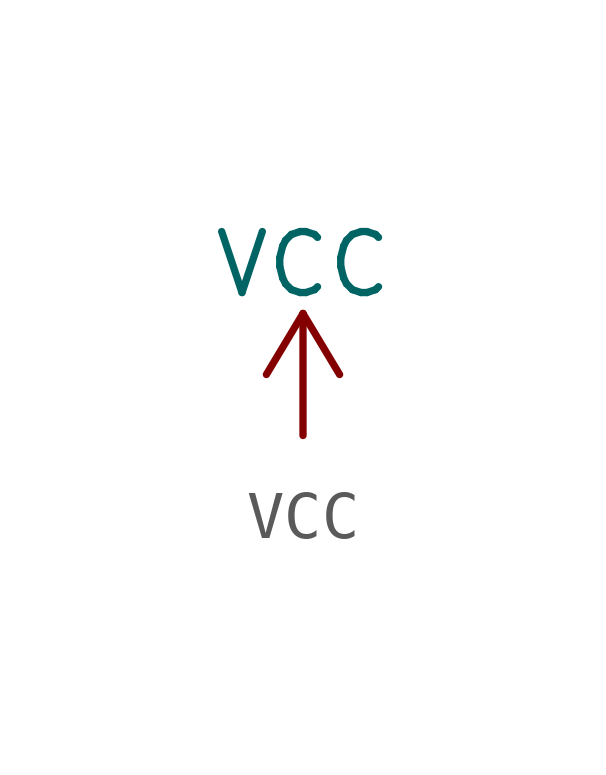
<source format=kicad_sym>
(kicad_symbol_lib
  (version 20231120)
  (generator "kicad_symbol_editor")
  (generator_version "8.0")
  (symbol "VCC"
    (power)
    (pin_numbers hide)
    (pin_names
      (offset 0) hide)
    (property "Reference" "#PWR"
      (at 0 -3.81 0)
      (effects (font (size 1.27 1.27)) (hide yes)))
    (property "Value" "VCC"
      (at 0 3.556 0)
      (effects (font (size 1.27 1.27))))
    (symbol "VCC_0_1"
      (polyline (pts (xy -0.762 1.27) (xy 0 2.54)) (stroke (width 0) (type solid)) (fill (type none)))
      (polyline (pts (xy 0 0) (xy 0 2.54)) (stroke (width 0) (type solid)) (fill (type none)))
      (polyline (pts (xy 0 2.54) (xy 0.762 1.27)) (stroke (width 0) (type solid)) (fill (type none))))
    (symbol "VCC_1_1"
      (pin power_in line (at 0 0 90) (length 0) hide (name "+10V" (effects (font (size 1.27 1.27)))) (number "1" (effects (font (size 1.27 1.27))))))))
</source>
